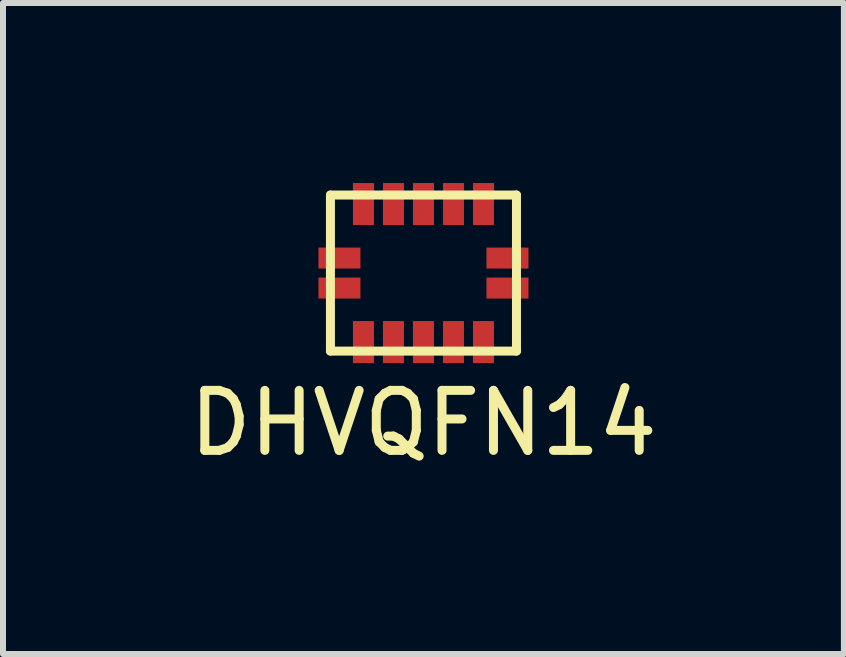
<source format=kicad_pcb>
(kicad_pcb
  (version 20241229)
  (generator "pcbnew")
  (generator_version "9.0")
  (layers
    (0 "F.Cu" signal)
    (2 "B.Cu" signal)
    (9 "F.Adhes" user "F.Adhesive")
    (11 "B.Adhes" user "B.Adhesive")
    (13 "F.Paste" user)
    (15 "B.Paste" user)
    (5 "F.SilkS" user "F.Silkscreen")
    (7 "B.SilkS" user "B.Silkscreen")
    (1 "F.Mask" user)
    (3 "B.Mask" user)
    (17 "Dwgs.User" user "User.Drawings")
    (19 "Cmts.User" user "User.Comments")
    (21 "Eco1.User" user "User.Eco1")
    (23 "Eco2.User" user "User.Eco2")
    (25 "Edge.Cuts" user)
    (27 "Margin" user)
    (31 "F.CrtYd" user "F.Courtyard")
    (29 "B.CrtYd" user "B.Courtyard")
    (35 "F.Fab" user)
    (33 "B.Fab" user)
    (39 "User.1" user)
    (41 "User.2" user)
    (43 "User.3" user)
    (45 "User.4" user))
  (footprint "DHVQFN14"
    (layer "F.Cu")
    (at 4.006 1.5)
    (property "Reference" "DHVQFN14" (at 0 2.5 0) (layer "F.SilkS") (effects (font (size 1 1) (thickness 0.15))))
    (attr through_hole)
    (fp_line (start -1.55 -1.3) (end -1.55 1.3) (stroke (width 0.15) (type solid)) (layer "F.SilkS"))
    (fp_line (start -1.55 -1.3) (end 1.55 -1.3) (stroke (width 0.15) (type solid)) (layer "F.SilkS"))
    (fp_line (start -1.55 1.3) (end 1.55 1.3) (stroke (width 0.15) (type solid)) (layer "F.SilkS"))
    (fp_line (start 1.55 1.3) (end 1.55 -1.3) (stroke (width 0.15) (type solid)) (layer "F.SilkS"))
    (pad "1" smd rect (at -1.4 -0.25 90) (size 0.35 0.7) (layers "F.Cu" "F.Mask" "F.Paste"))
    (pad "2" smd rect (at -1 -1.15) (size 0.35 0.7) (layers "F.Cu" "F.Mask" "F.Paste"))
    (pad "3" smd rect (at -0.5 -1.15) (size 0.35 0.7) (layers "F.Cu" "F.Mask" "F.Paste"))
    (pad "4" smd rect (at 0 -1.15) (size 0.35 0.7) (layers "F.Cu" "F.Mask" "F.Paste"))
    (pad "5" smd rect (at 0.5 -1.15) (size 0.35 0.7) (layers "F.Cu" "F.Mask" "F.Paste"))
    (pad "6" smd rect (at 1 -1.15) (size 0.35 0.7) (layers "F.Cu" "F.Mask" "F.Paste"))
    (pad "7" smd rect (at 1.4 -0.25 90) (size 0.35 0.7) (layers "F.Cu" "F.Mask" "F.Paste"))
    (pad "8" smd rect (at 1.4 0.25 90) (size 0.35 0.7) (layers "F.Cu" "F.Mask" "F.Paste"))
    (pad "9" smd rect (at 1 1.15) (size 0.35 0.7) (layers "F.Cu" "F.Mask" "F.Paste"))
    (pad "10" smd rect (at 0.5 1.15) (size 0.35 0.7) (layers "F.Cu" "F.Mask" "F.Paste"))
    (pad "11" smd rect (at 0 1.15) (size 0.35 0.7) (layers "F.Cu" "F.Mask" "F.Paste"))
    (pad "12" smd rect (at -0.5 1.15) (size 0.35 0.7) (layers "F.Cu" "F.Mask" "F.Paste"))
    (pad "13" smd rect (at -1 1.15) (size 0.35 0.7) (layers "F.Cu" "F.Mask" "F.Paste"))
    (pad "14" smd rect (at -1.4 0.25 90) (size 0.35 0.7) (layers "F.Cu" "F.Mask" "F.Paste")))
  (gr_rect
    (start -3 -3)
    (end 11.012 7.848)
    (stroke (width 0.1) (type default))
    (fill no)
    (layer "Edge.Cuts")))
</source>
